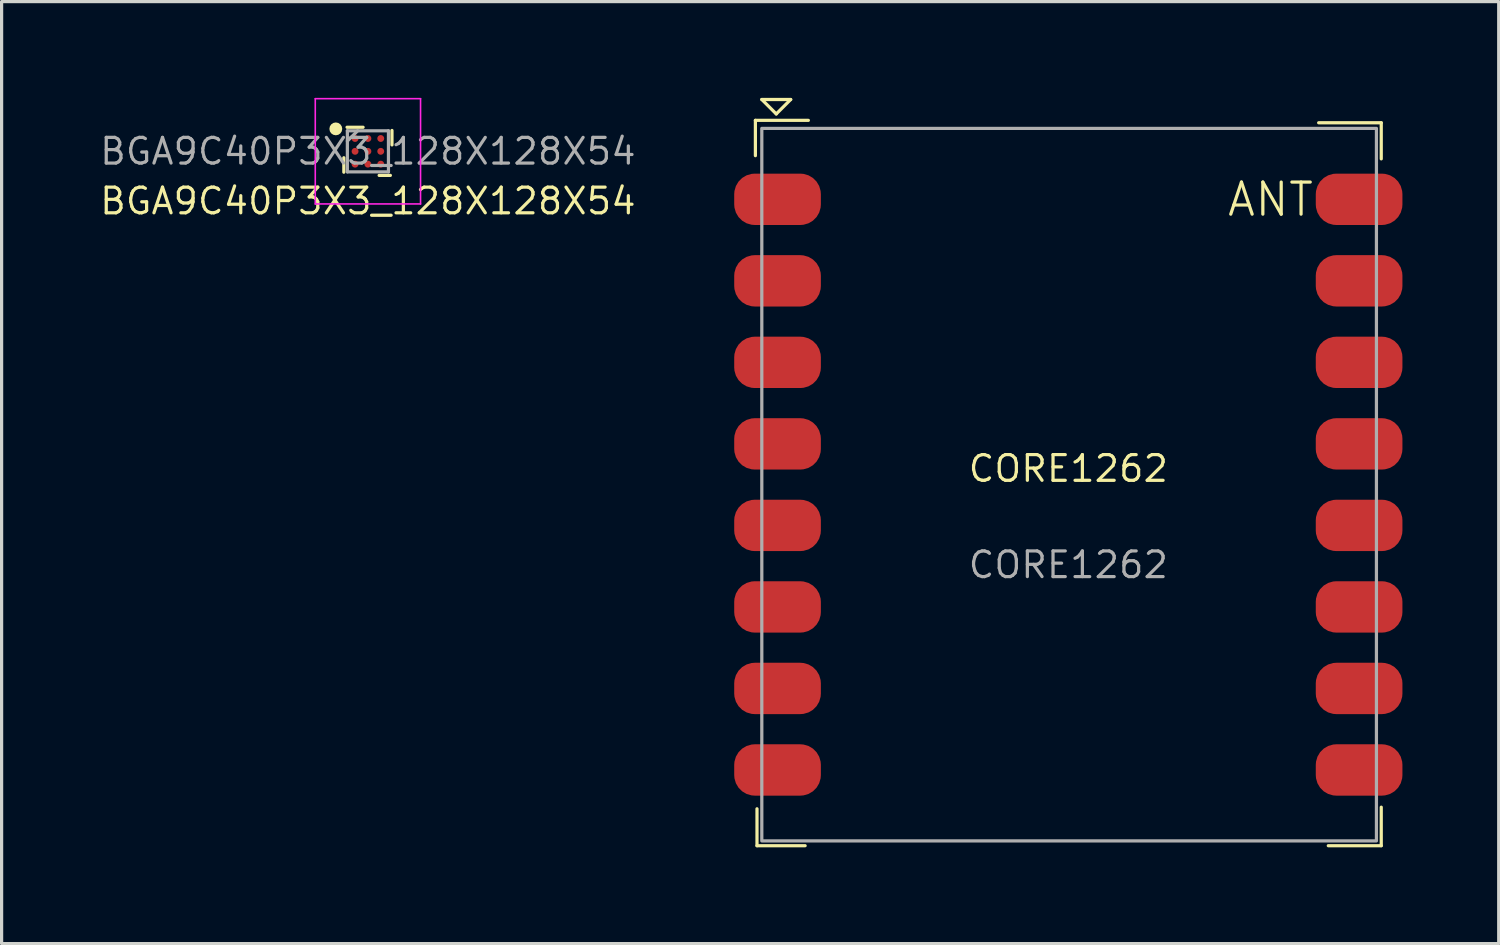
<source format=kicad_pcb>
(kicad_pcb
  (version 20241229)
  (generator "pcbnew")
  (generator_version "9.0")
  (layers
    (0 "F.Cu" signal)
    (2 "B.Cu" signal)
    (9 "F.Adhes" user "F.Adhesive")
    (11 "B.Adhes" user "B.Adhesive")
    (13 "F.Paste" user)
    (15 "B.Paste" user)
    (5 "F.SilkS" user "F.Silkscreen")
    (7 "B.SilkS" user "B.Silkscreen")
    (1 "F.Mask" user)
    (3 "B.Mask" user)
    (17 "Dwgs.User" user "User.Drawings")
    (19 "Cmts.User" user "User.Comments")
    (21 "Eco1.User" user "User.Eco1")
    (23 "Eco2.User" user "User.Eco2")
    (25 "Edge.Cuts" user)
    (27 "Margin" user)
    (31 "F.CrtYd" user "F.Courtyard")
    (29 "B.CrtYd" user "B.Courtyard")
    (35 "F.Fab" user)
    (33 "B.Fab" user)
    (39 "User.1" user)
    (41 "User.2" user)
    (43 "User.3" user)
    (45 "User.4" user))
  (footprint "BGA9C40P3X3_128X128X54"
    (layer "F.Cu")
    (at 8.413 1.665)
    (property "Reference" "BGA9C40P3X3_128X128X54" (at 0 1.55 0) (layer "F.SilkS") (effects (font (size 0.8 0.8) (thickness 0.1))))
    (attr smd)
    (fp_line (start -0.75 0.65) (end -0.75 0.2) (stroke (width 0.1) (type default)) (layer "F.SilkS"))
    (fp_line (start -0.65 -0.75) (end -0.15 -0.75) (stroke (width 0.1) (type default)) (layer "F.SilkS"))
    (fp_line (start 0.7 0.75) (end 0.35 0.75) (stroke (width 0.1) (type default)) (layer "F.SilkS"))
    (fp_line (start 0.75 -0.65) (end 0.75 -0.2) (stroke (width 0.1) (type default)) (layer "F.SilkS"))
    (fp_circle (center -1 -0.7) (end -1 -0.6) (stroke (width 0.2) (type solid)) (fill no) (layer "F.SilkS"))
    (fp_line (start -1.64 -1.64) (end 1.64 -1.64) (stroke (width 0.05) (type solid)) (layer "F.CrtYd"))
    (fp_line (start -1.64 1.64) (end -1.64 -1.64) (stroke (width 0.05) (type solid)) (layer "F.CrtYd"))
    (fp_line (start 1.64 -1.64) (end 1.64 1.64) (stroke (width 0.05) (type solid)) (layer "F.CrtYd"))
    (fp_line (start 1.64 1.64) (end -1.64 1.64) (stroke (width 0.05) (type solid)) (layer "F.CrtYd"))
    (fp_line (start -0.64 -0.64) (end 0.64 -0.64) (stroke (width 0.1) (type solid)) (layer "F.Fab"))
    (fp_line (start -0.64 -0.32) (end -0.32 -0.64) (stroke (width 0.1) (type solid)) (layer "F.Fab"))
    (fp_line (start -0.64 0.64) (end -0.64 -0.64) (stroke (width 0.1) (type solid)) (layer "F.Fab"))
    (fp_line (start 0.64 -0.64) (end 0.64 0.64) (stroke (width 0.1) (type solid)) (layer "F.Fab"))
    (fp_line (start 0.64 0.64) (end -0.64 0.64) (stroke (width 0.1) (type solid)) (layer "F.Fab"))
    (fp_text user "${REFERENCE}" (at 0 0 0) (layer "F.Fab") (effects (font (size 0.8 0.8) (thickness 0.1))))
    (pad "A1" smd circle (at -0.4 -0.4 90) (size 0.215 0.215) (layers "F.Cu" "F.Mask" "F.Paste"))
    (pad "A2" smd circle (at 0 -0.4 90) (size 0.215 0.215) (layers "F.Cu" "F.Mask" "F.Paste"))
    (pad "A3" smd circle (at 0.4 -0.4 90) (size 0.215 0.215) (layers "F.Cu" "F.Mask" "F.Paste"))
    (pad "B1" smd circle (at -0.4 0 90) (size 0.215 0.215) (layers "F.Cu" "F.Mask" "F.Paste"))
    (pad "B2" smd circle (at 0 0 90) (size 0.215 0.215) (layers "F.Cu" "F.Mask" "F.Paste"))
    (pad "B3" smd circle (at 0.4 0 90) (size 0.215 0.215) (layers "F.Cu" "F.Mask" "F.Paste"))
    (pad "C1" smd circle (at -0.4 0.4 90) (size 0.215 0.215) (layers "F.Cu" "F.Mask" "F.Paste"))
    (pad "C2" smd circle (at 0 0.4 90) (size 0.215 0.215) (layers "F.Cu" "F.Mask" "F.Paste"))
    (pad "C3" smd circle (at 0.4 0.4 90) (size 0.215 0.215) (layers "F.Cu" "F.Mask" "F.Paste")))
  (footprint "CORE1262"
    (layer "F.Cu")
    (at 30.236 12.05)
    (property "Reference" "CORE1262" (at 0 -0.5 0) (unlocked yes) (layer "F.SilkS") (effects (font (size 0.8 0.8) (thickness 0.1))))
    (attr smd)
    (fp_line (start -9.75 -11.35) (end -8.1 -11.35) (stroke (width 0.1) (type default)) (layer "F.SilkS"))
    (fp_line (start -9.75 -10.25) (end -9.75 -11.35) (stroke (width 0.1) (type default)) (layer "F.SilkS"))
    (fp_line (start -9.7 11.25) (end -9.7 10.1) (stroke (width 0.1) (type default)) (layer "F.SilkS"))
    (fp_line (start -9.55 -12) (end -8.65 -12) (stroke (width 0.1) (type default)) (layer "F.SilkS"))
    (fp_line (start -9.1 -11.55) (end -9.55 -12) (stroke (width 0.1) (type default)) (layer "F.SilkS"))
    (fp_line (start -8.65 -12) (end -9.1 -11.55) (stroke (width 0.1) (type default)) (layer "F.SilkS"))
    (fp_line (start -8.2 11.25) (end -9.7 11.25) (stroke (width 0.1) (type default)) (layer "F.SilkS"))
    (fp_line (start 7.8 -11.275) (end 9.75 -11.275) (stroke (width 0.1) (type default)) (layer "F.SilkS"))
    (fp_line (start 9.75 -11.275) (end 9.75 -10.15) (stroke (width 0.1) (type default)) (layer "F.SilkS"))
    (fp_line (start 9.75 10.05) (end 9.75 11.25) (stroke (width 0.1) (type default)) (layer "F.SilkS"))
    (fp_line (start 9.75 11.25) (end 8.1 11.25) (stroke (width 0.1) (type default)) (layer "F.SilkS"))
    (fp_rect (start -9.55 -11.1) (end 9.6 11.1) (stroke (width 0.1) (type default)) (fill no) (layer "F.Fab"))
    (fp_text user "ANT" (at 4.9 -8.3 0) (unlocked yes) (layer "F.SilkS") (effects (font (size 1 1) (thickness 0.1)) (justify left bottom)))
    (fp_text user "${REFERENCE}" (at 0 2.5 0) (unlocked yes) (layer "F.Fab") (effects (font (size 0.8 0.8) (thickness 0.1))))
    (pad "1" smd roundrect (at -9.06 -8.89 90) (size 1.6 2.7) (layers "F.Cu" "F.Mask" "F.Paste") (roundrect_rratio 0.4))
    (pad "2" smd roundrect (at -9.06 -6.35 90) (size 1.6 2.7) (layers "F.Cu" "F.Mask" "F.Paste") (roundrect_rratio 0.4))
    (pad "3" smd roundrect (at -9.06 -3.81 90) (size 1.6 2.7) (layers "F.Cu" "F.Mask" "F.Paste") (roundrect_rratio 0.4))
    (pad "4" smd roundrect (at -9.06 -1.27 90) (size 1.6 2.7) (layers "F.Cu" "F.Mask" "F.Paste") (roundrect_rratio 0.4))
    (pad "5" smd roundrect (at -9.06 1.27 90) (size 1.6 2.7) (layers "F.Cu" "F.Mask" "F.Paste") (roundrect_rratio 0.4))
    (pad "6" smd roundrect (at -9.06 3.81 90) (size 1.6 2.7) (layers "F.Cu" "F.Mask" "F.Paste") (roundrect_rratio 0.4))
    (pad "7" smd roundrect (at -9.06 6.35 90) (size 1.6 2.7) (layers "F.Cu" "F.Mask" "F.Paste") (roundrect_rratio 0.4))
    (pad "8" smd roundrect (at -9.06 8.89 90) (size 1.6 2.7) (layers "F.Cu" "F.Mask" "F.Paste") (roundrect_rratio 0.4))
    (pad "9" smd roundrect (at 9.06 8.89 90) (size 1.6 2.7) (layers "F.Cu" "F.Mask" "F.Paste") (roundrect_rratio 0.4))
    (pad "10" smd roundrect (at 9.06 6.35 90) (size 1.6 2.7) (layers "F.Cu" "F.Mask" "F.Paste") (roundrect_rratio 0.4))
    (pad "11" smd roundrect (at 9.06 3.81 90) (size 1.6 2.7) (layers "F.Cu" "F.Mask" "F.Paste") (roundrect_rratio 0.4))
    (pad "12" smd roundrect (at 9.06 1.27 90) (size 1.6 2.7) (layers "F.Cu" "F.Mask" "F.Paste") (roundrect_rratio 0.4))
    (pad "13" smd roundrect (at 9.06 -1.27 90) (size 1.6 2.7) (layers "F.Cu" "F.Mask" "F.Paste") (roundrect_rratio 0.4))
    (pad "14" smd roundrect (at 9.06 -3.81 90) (size 1.6 2.7) (layers "F.Cu" "F.Mask" "F.Paste") (roundrect_rratio 0.4))
    (pad "15" smd roundrect (at 9.06 -6.35 90) (size 1.6 2.7) (layers "F.Cu" "F.Mask" "F.Paste") (roundrect_rratio 0.4))
    (pad "16" smd roundrect (at 9.06 -8.89 90) (size 1.6 2.7) (layers "F.Cu" "F.Mask" "F.Paste") (roundrect_rratio 0.4)))
  (gr_rect
    (start -3 -3)
    (end 43.646 26.35)
    (stroke (width 0.1) (type default))
    (fill no)
    (layer "Edge.Cuts")))
</source>
